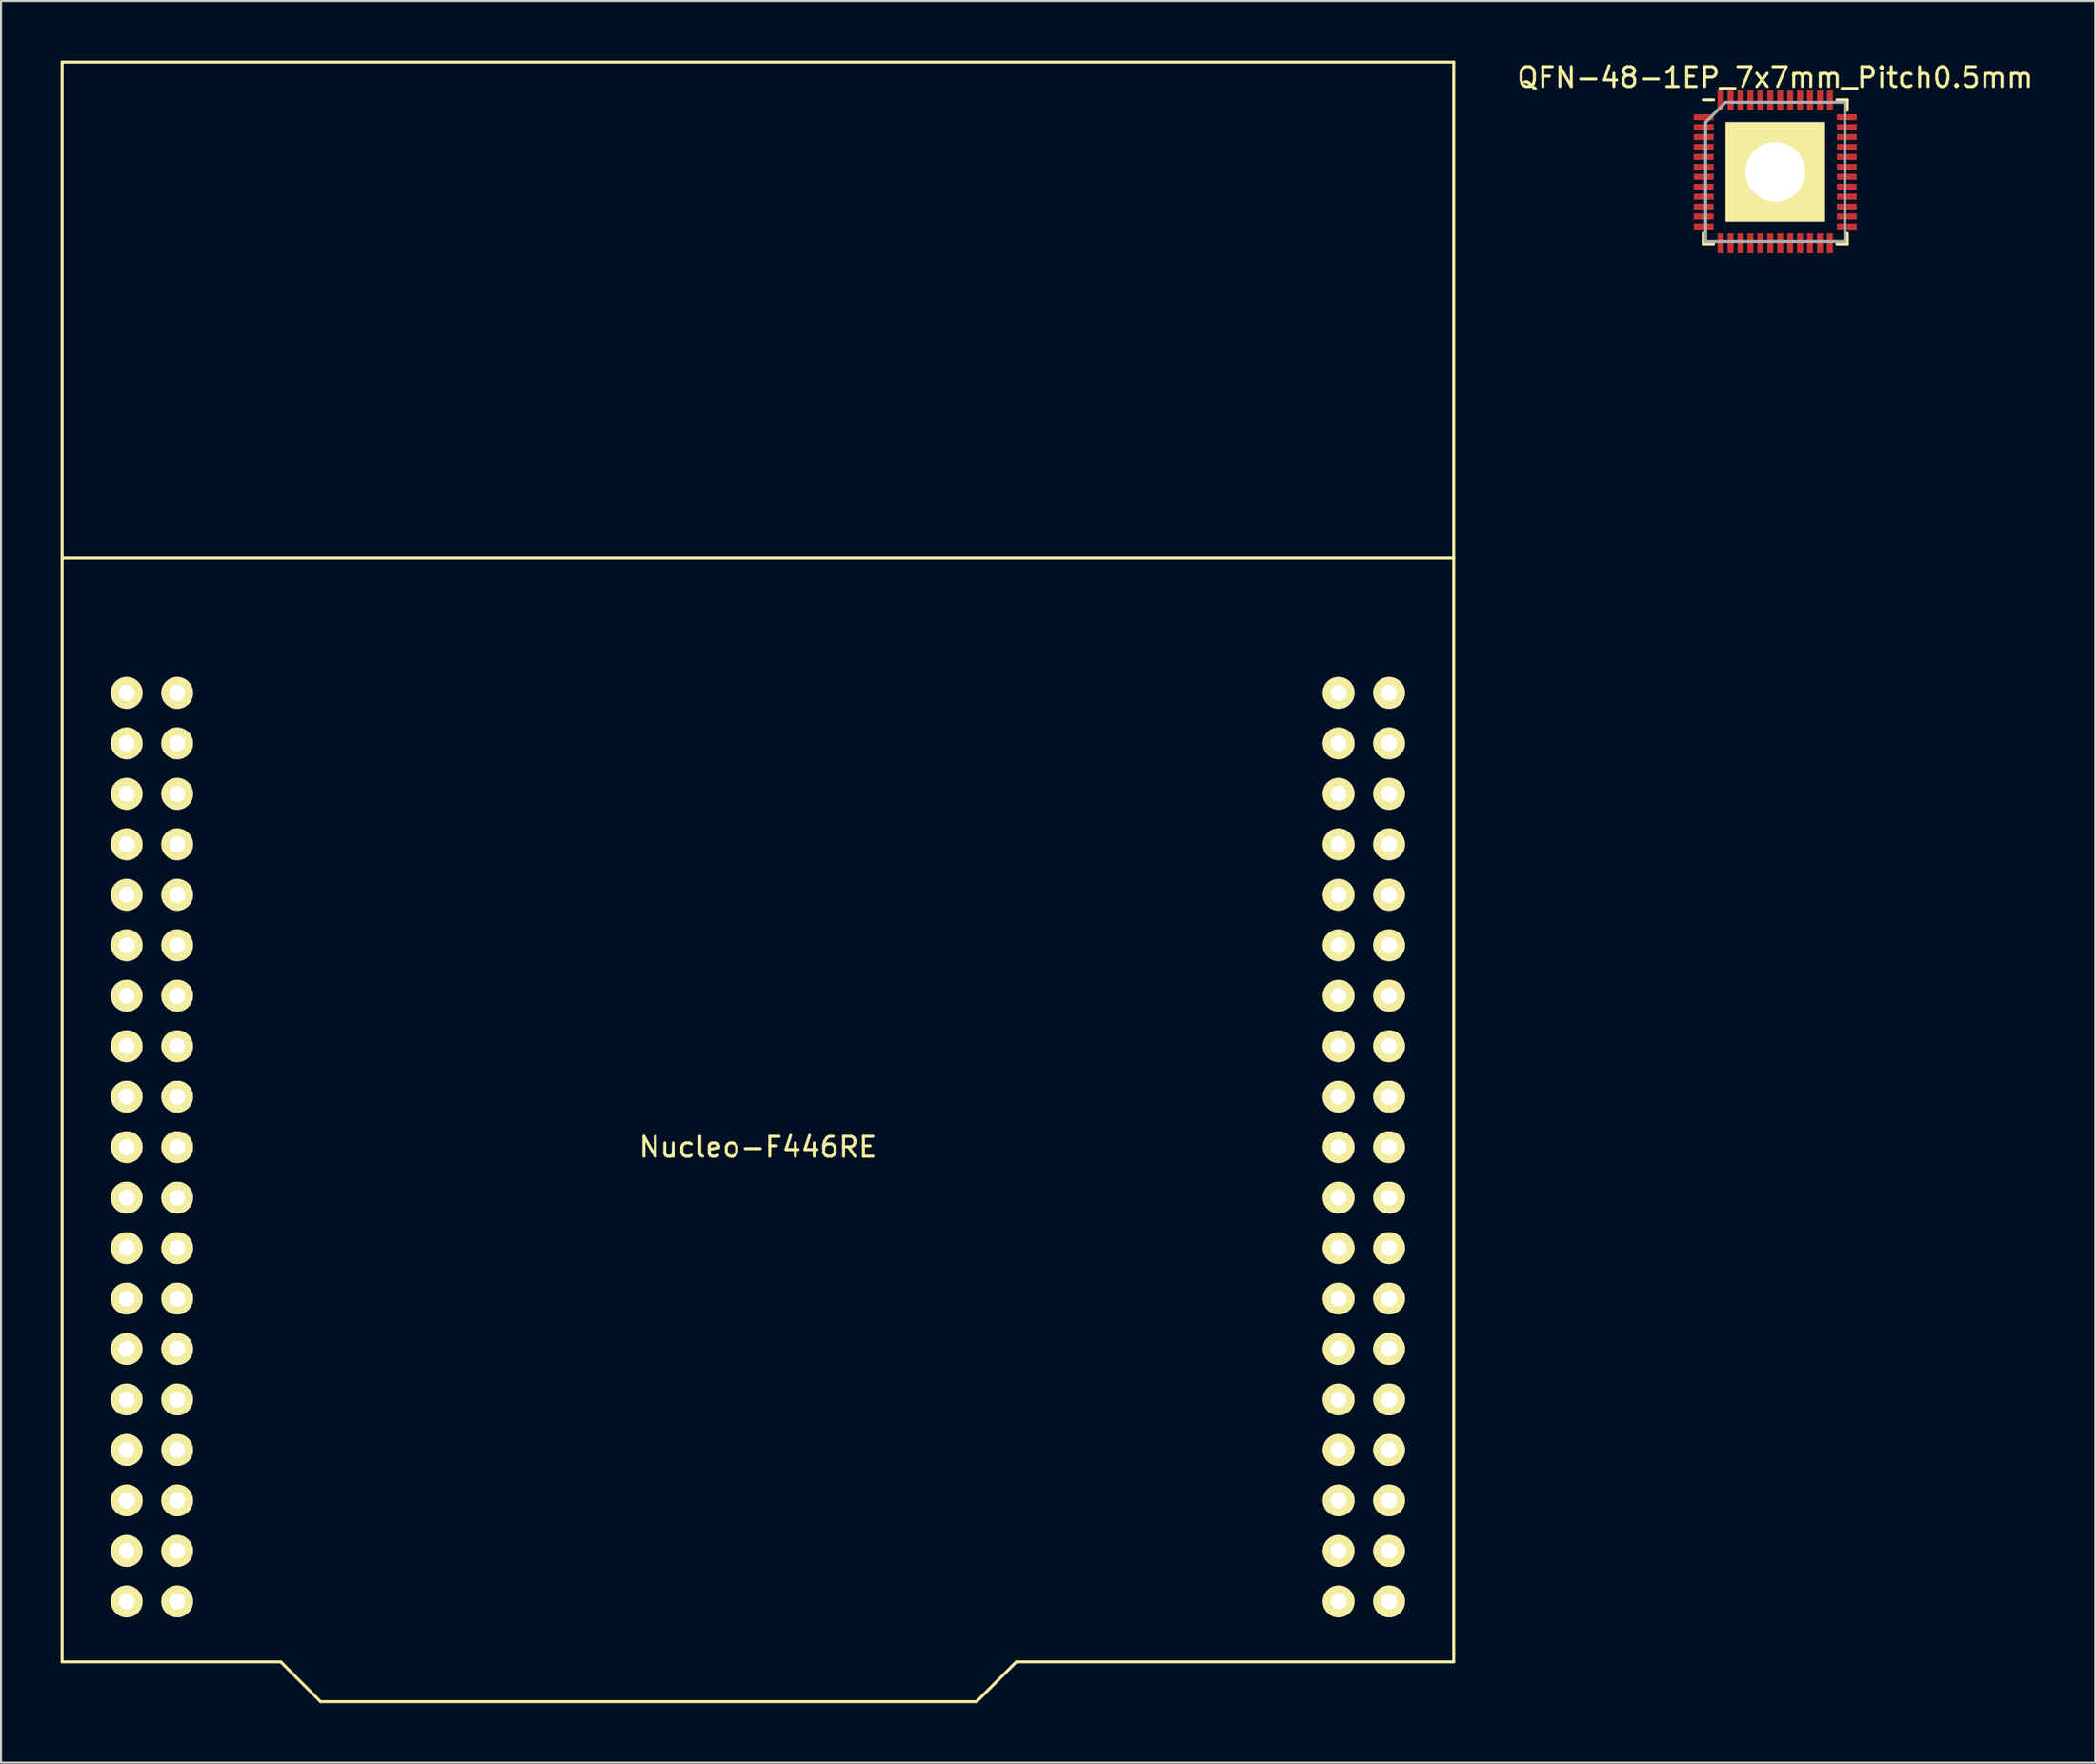
<source format=kicad_pcb>
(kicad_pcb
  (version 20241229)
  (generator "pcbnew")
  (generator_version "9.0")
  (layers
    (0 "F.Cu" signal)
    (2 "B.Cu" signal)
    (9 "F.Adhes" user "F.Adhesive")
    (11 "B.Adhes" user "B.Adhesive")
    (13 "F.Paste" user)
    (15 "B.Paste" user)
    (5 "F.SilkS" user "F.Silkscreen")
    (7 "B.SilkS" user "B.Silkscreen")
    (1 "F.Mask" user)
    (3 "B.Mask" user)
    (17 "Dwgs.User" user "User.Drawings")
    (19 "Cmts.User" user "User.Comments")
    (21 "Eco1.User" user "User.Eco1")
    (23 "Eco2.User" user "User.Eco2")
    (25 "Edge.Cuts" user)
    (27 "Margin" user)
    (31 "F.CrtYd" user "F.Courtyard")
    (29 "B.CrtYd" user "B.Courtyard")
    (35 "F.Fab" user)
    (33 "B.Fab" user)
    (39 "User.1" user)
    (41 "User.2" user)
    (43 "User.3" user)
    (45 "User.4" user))
  (footprint "Nucleo-F446RE"
    (layer "F.Cu")
    (at 35.075 54.675)
    (property "Reference" "Nucleo-F446RE" (at 0 0 0) (layer "F.SilkS") (effects (font (size 1 1) (thickness 0.15))))
    (attr through_hole)
    (fp_line (start -35 -54.6) (end -35 25.9) (stroke (width 0.15) (type solid)) (layer "F.SilkS"))
    (fp_line (start -35 -54.6) (end 35 -54.6) (stroke (width 0.15) (type solid)) (layer "F.SilkS"))
    (fp_line (start -35 -29.64) (end 35 -29.64) (stroke (width 0.15) (type solid)) (layer "F.SilkS"))
    (fp_line (start -35 25.9) (end -24 25.9) (stroke (width 0.15) (type solid)) (layer "F.SilkS"))
    (fp_line (start -24 25.9) (end -22 27.9) (stroke (width 0.15) (type solid)) (layer "F.SilkS"))
    (fp_line (start -22 27.9) (end 11 27.9) (stroke (width 0.15) (type solid)) (layer "F.SilkS"))
    (fp_line (start 11 27.9) (end 13 25.9) (stroke (width 0.15) (type solid)) (layer "F.SilkS"))
    (fp_line (start 13 25.9) (end 35 25.9) (stroke (width 0.15) (type solid)) (layer "F.SilkS"))
    (fp_line (start 35 -54.6) (end 35 25.9) (stroke (width 0.15) (type solid)) (layer "F.SilkS"))
    (pad "1" thru_hole circle (at -31.75 -22.86) (size 1.6 1.6) (drill 0.8) (layers "*.Cu" "*.Mask" "F.SilkS"))
    (pad "2" thru_hole circle (at -29.21 -22.86) (size 1.6 1.6) (drill 0.8) (layers "*.Cu" "*.Mask" "F.SilkS"))
    (pad "3" thru_hole circle (at -31.75 -20.32) (size 1.6 1.6) (drill 0.8) (layers "*.Cu" "*.Mask" "F.SilkS"))
    (pad "4" thru_hole circle (at -29.21 -20.32) (size 1.6 1.6) (drill 0.8) (layers "*.Cu" "*.Mask" "F.SilkS"))
    (pad "5" thru_hole circle (at -31.75 -17.78) (size 1.6 1.6) (drill 0.8) (layers "*.Cu" "*.Mask" "F.SilkS"))
    (pad "6" thru_hole circle (at -29.21 -17.78) (size 1.6 1.6) (drill 0.8) (layers "*.Cu" "*.Mask" "F.SilkS"))
    (pad "7" thru_hole circle (at -31.75 -15.24) (size 1.6 1.6) (drill 0.8) (layers "*.Cu" "*.Mask" "F.SilkS"))
    (pad "8" thru_hole circle (at -29.21 -15.24) (size 1.6 1.6) (drill 0.8) (layers "*.Cu" "*.Mask" "F.SilkS"))
    (pad "9" thru_hole circle (at -31.75 -12.7) (size 1.6 1.6) (drill 0.8) (layers "*.Cu" "*.Mask" "F.SilkS"))
    (pad "10" thru_hole circle (at -29.21 -12.7) (size 1.6 1.6) (drill 0.8) (layers "*.Cu" "*.Mask" "F.SilkS"))
    (pad "11" thru_hole circle (at -31.75 -10.16) (size 1.6 1.6) (drill 0.8) (layers "*.Cu" "*.Mask" "F.SilkS"))
    (pad "12" thru_hole circle (at -29.21 -10.16) (size 1.6 1.6) (drill 0.8) (layers "*.Cu" "*.Mask" "F.SilkS"))
    (pad "13" thru_hole circle (at -31.75 -7.62) (size 1.6 1.6) (drill 0.8) (layers "*.Cu" "*.Mask" "F.SilkS"))
    (pad "14" thru_hole circle (at -29.21 -7.62) (size 1.6 1.6) (drill 0.8) (layers "*.Cu" "*.Mask" "F.SilkS"))
    (pad "15" thru_hole circle (at -31.75 -5.08) (size 1.6 1.6) (drill 0.8) (layers "*.Cu" "*.Mask" "F.SilkS"))
    (pad "16" thru_hole circle (at -29.21 -5.08) (size 1.6 1.6) (drill 0.8) (layers "*.Cu" "*.Mask" "F.SilkS"))
    (pad "17" thru_hole circle (at -31.75 -2.54) (size 1.6 1.6) (drill 0.8) (layers "*.Cu" "*.Mask" "F.SilkS"))
    (pad "18" thru_hole circle (at -29.21 -2.54) (size 1.6 1.6) (drill 0.8) (layers "*.Cu" "*.Mask" "F.SilkS"))
    (pad "19" thru_hole circle (at -31.75 0) (size 1.6 1.6) (drill 0.8) (layers "*.Cu" "*.Mask" "F.SilkS"))
    (pad "20" thru_hole circle (at -29.21 0) (size 1.6 1.6) (drill 0.8) (layers "*.Cu" "*.Mask" "F.SilkS"))
    (pad "21" thru_hole circle (at -31.75 2.54) (size 1.6 1.6) (drill 0.8) (layers "*.Cu" "*.Mask" "F.SilkS"))
    (pad "22" thru_hole circle (at -29.21 2.54) (size 1.6 1.6) (drill 0.8) (layers "*.Cu" "*.Mask" "F.SilkS"))
    (pad "23" thru_hole circle (at -31.75 5.08) (size 1.6 1.6) (drill 0.8) (layers "*.Cu" "*.Mask" "F.SilkS"))
    (pad "24" thru_hole circle (at -29.21 5.08) (size 1.6 1.6) (drill 0.8) (layers "*.Cu" "*.Mask" "F.SilkS"))
    (pad "25" thru_hole circle (at -31.75 7.62) (size 1.6 1.6) (drill 0.8) (layers "*.Cu" "*.Mask" "F.SilkS"))
    (pad "26" thru_hole circle (at -29.21 7.62) (size 1.6 1.6) (drill 0.8) (layers "*.Cu" "*.Mask" "F.SilkS"))
    (pad "27" thru_hole circle (at -31.75 10.16) (size 1.6 1.6) (drill 0.8) (layers "*.Cu" "*.Mask" "F.SilkS"))
    (pad "28" thru_hole circle (at -29.21 10.16) (size 1.6 1.6) (drill 0.8) (layers "*.Cu" "*.Mask" "F.SilkS"))
    (pad "29" thru_hole circle (at -31.75 12.7) (size 1.6 1.6) (drill 0.8) (layers "*.Cu" "*.Mask" "F.SilkS"))
    (pad "30" thru_hole circle (at -29.21 12.7) (size 1.6 1.6) (drill 0.8) (layers "*.Cu" "*.Mask" "F.SilkS"))
    (pad "31" thru_hole circle (at -31.75 15.24) (size 1.6 1.6) (drill 0.8) (layers "*.Cu" "*.Mask" "F.SilkS"))
    (pad "32" thru_hole circle (at -29.21 15.24) (size 1.6 1.6) (drill 0.8) (layers "*.Cu" "*.Mask" "F.SilkS"))
    (pad "33" thru_hole circle (at -31.75 17.78) (size 1.6 1.6) (drill 0.8) (layers "*.Cu" "*.Mask" "F.SilkS"))
    (pad "34" thru_hole circle (at -29.21 17.78) (size 1.6 1.6) (drill 0.8) (layers "*.Cu" "*.Mask" "F.SilkS"))
    (pad "35" thru_hole circle (at -31.75 20.32) (size 1.6 1.6) (drill 0.8) (layers "*.Cu" "*.Mask" "F.SilkS"))
    (pad "36" thru_hole circle (at -29.21 20.32) (size 1.6 1.6) (drill 0.8) (layers "*.Cu" "*.Mask" "F.SilkS"))
    (pad "37" thru_hole circle (at -31.75 22.86) (size 1.6 1.6) (drill 0.8) (layers "*.Cu" "*.Mask" "F.SilkS"))
    (pad "38" thru_hole circle (at -29.21 22.86) (size 1.6 1.6) (drill 0.8) (layers "*.Cu" "*.Mask" "F.SilkS"))
    (pad "39" thru_hole circle (at 29.21 -22.86) (size 1.6 1.6) (drill 0.8) (layers "*.Cu" "*.Mask" "F.SilkS"))
    (pad "40" thru_hole circle (at 31.75 -22.86) (size 1.6 1.6) (drill 0.8) (layers "*.Cu" "*.Mask" "F.SilkS"))
    (pad "41" thru_hole circle (at 29.21 -20.32) (size 1.6 1.6) (drill 0.8) (layers "*.Cu" "*.Mask" "F.SilkS"))
    (pad "42" thru_hole circle (at 31.75 -20.32) (size 1.6 1.6) (drill 0.8) (layers "*.Cu" "*.Mask" "F.SilkS"))
    (pad "43" thru_hole circle (at 29.21 -17.78) (size 1.6 1.6) (drill 0.8) (layers "*.Cu" "*.Mask" "F.SilkS"))
    (pad "44" thru_hole circle (at 31.75 -17.78) (size 1.6 1.6) (drill 0.8) (layers "*.Cu" "*.Mask" "F.SilkS"))
    (pad "45" thru_hole circle (at 29.21 -15.24) (size 1.6 1.6) (drill 0.8) (layers "*.Cu" "*.Mask" "F.SilkS"))
    (pad "46" thru_hole circle (at 31.75 -15.24) (size 1.6 1.6) (drill 0.8) (layers "*.Cu" "*.Mask" "F.SilkS"))
    (pad "47" thru_hole circle (at 29.21 -12.7) (size 1.6 1.6) (drill 0.8) (layers "*.Cu" "*.Mask" "F.SilkS"))
    (pad "48" thru_hole circle (at 31.75 -12.7) (size 1.6 1.6) (drill 0.8) (layers "*.Cu" "*.Mask" "F.SilkS"))
    (pad "49" thru_hole circle (at 29.21 -10.16) (size 1.6 1.6) (drill 0.8) (layers "*.Cu" "*.Mask" "F.SilkS"))
    (pad "50" thru_hole circle (at 31.75 -10.16) (size 1.6 1.6) (drill 0.8) (layers "*.Cu" "*.Mask" "F.SilkS"))
    (pad "51" thru_hole circle (at 29.21 -7.62) (size 1.6 1.6) (drill 0.8) (layers "*.Cu" "*.Mask" "F.SilkS"))
    (pad "52" thru_hole circle (at 31.75 -7.62) (size 1.6 1.6) (drill 0.8) (layers "*.Cu" "*.Mask" "F.SilkS"))
    (pad "53" thru_hole circle (at 29.21 -5.08) (size 1.6 1.6) (drill 0.8) (layers "*.Cu" "*.Mask" "F.SilkS"))
    (pad "54" thru_hole circle (at 31.75 -5.08) (size 1.6 1.6) (drill 0.8) (layers "*.Cu" "*.Mask" "F.SilkS"))
    (pad "55" thru_hole circle (at 29.21 -2.54) (size 1.6 1.6) (drill 0.8) (layers "*.Cu" "*.Mask" "F.SilkS"))
    (pad "56" thru_hole circle (at 31.75 -2.54) (size 1.6 1.6) (drill 0.8) (layers "*.Cu" "*.Mask" "F.SilkS"))
    (pad "57" thru_hole circle (at 29.21 0) (size 1.6 1.6) (drill 0.8) (layers "*.Cu" "*.Mask" "F.SilkS"))
    (pad "58" thru_hole circle (at 31.75 0) (size 1.6 1.6) (drill 0.8) (layers "*.Cu" "*.Mask" "F.SilkS"))
    (pad "59" thru_hole circle (at 29.21 2.54) (size 1.6 1.6) (drill 0.8) (layers "*.Cu" "*.Mask" "F.SilkS"))
    (pad "60" thru_hole circle (at 31.75 2.54) (size 1.6 1.6) (drill 0.8) (layers "*.Cu" "*.Mask" "F.SilkS"))
    (pad "61" thru_hole circle (at 29.21 5.08) (size 1.6 1.6) (drill 0.8) (layers "*.Cu" "*.Mask" "F.SilkS"))
    (pad "62" thru_hole circle (at 31.75 5.08) (size 1.6 1.6) (drill 0.8) (layers "*.Cu" "*.Mask" "F.SilkS"))
    (pad "63" thru_hole circle (at 29.21 7.62) (size 1.6 1.6) (drill 0.8) (layers "*.Cu" "*.Mask" "F.SilkS"))
    (pad "64" thru_hole circle (at 31.75 7.62) (size 1.6 1.6) (drill 0.8) (layers "*.Cu" "*.Mask" "F.SilkS"))
    (pad "65" thru_hole circle (at 29.21 10.16) (size 1.6 1.6) (drill 0.8) (layers "*.Cu" "*.Mask" "F.SilkS"))
    (pad "66" thru_hole circle (at 31.75 10.16) (size 1.6 1.6) (drill 0.8) (layers "*.Cu" "*.Mask" "F.SilkS"))
    (pad "67" thru_hole circle (at 29.21 12.7) (size 1.6 1.6) (drill 0.8) (layers "*.Cu" "*.Mask" "F.SilkS"))
    (pad "68" thru_hole circle (at 31.75 12.7) (size 1.6 1.6) (drill 0.8) (layers "*.Cu" "*.Mask" "F.SilkS"))
    (pad "69" thru_hole circle (at 29.21 15.24) (size 1.6 1.6) (drill 0.8) (layers "*.Cu" "*.Mask" "F.SilkS"))
    (pad "70" thru_hole circle (at 31.75 15.24) (size 1.6 1.6) (drill 0.8) (layers "*.Cu" "*.Mask" "F.SilkS"))
    (pad "71" thru_hole circle (at 29.21 17.78) (size 1.6 1.6) (drill 0.8) (layers "*.Cu" "*.Mask" "F.SilkS"))
    (pad "72" thru_hole circle (at 31.75 17.78) (size 1.6 1.6) (drill 0.8) (layers "*.Cu" "*.Mask" "F.SilkS"))
    (pad "73" thru_hole circle (at 29.21 20.32) (size 1.6 1.6) (drill 0.8) (layers "*.Cu" "*.Mask" "F.SilkS"))
    (pad "74" thru_hole circle (at 31.75 20.32) (size 1.6 1.6) (drill 0.8) (layers "*.Cu" "*.Mask" "F.SilkS"))
    (pad "75" thru_hole circle (at 29.21 22.86) (size 1.6 1.6) (drill 0.8) (layers "*.Cu" "*.Mask" "F.SilkS"))
    (pad "76" thru_hole circle (at 31.75 22.86) (size 1.6 1.6) (drill 0.8) (layers "*.Cu" "*.Mask" "F.SilkS")))
  (footprint "QFN-48-1EP_7x7mm_Pitch0.5mm"
    (layer "F.Cu")
    (at 86.251 5.598)
    (property "Reference" "QFN-48-1EP_7x7mm_Pitch0.5mm" (at 0 -4.75 0) (layer "F.SilkS") (effects (font (size 1 1) (thickness 0.15))))
    (attr smd)
    (fp_line (start -3.625 -3.625) (end -3.1 -3.625) (stroke (width 0.15) (type solid)) (layer "F.SilkS"))
    (fp_line (start -3.625 3.625) (end -3.625 3.1) (stroke (width 0.15) (type solid)) (layer "F.SilkS"))
    (fp_line (start -3.625 3.625) (end -3.1 3.625) (stroke (width 0.15) (type solid)) (layer "F.SilkS"))
    (fp_line (start 3.625 -3.625) (end 3.1 -3.625) (stroke (width 0.15) (type solid)) (layer "F.SilkS"))
    (fp_line (start 3.625 -3.625) (end 3.625 -3.1) (stroke (width 0.15) (type solid)) (layer "F.SilkS"))
    (fp_line (start 3.625 3.625) (end 3.1 3.625) (stroke (width 0.15) (type solid)) (layer "F.SilkS"))
    (fp_line (start 3.625 3.625) (end 3.625 3.1) (stroke (width 0.15) (type solid)) (layer "F.SilkS"))
    (fp_line (start -3.5 -2.5) (end -2.5 -3.5) (stroke (width 0.15) (type solid)) (layer "F.Fab"))
    (fp_line (start -3.5 3.5) (end -3.5 -2.5) (stroke (width 0.15) (type solid)) (layer "F.Fab"))
    (fp_line (start -2.5 -3.5) (end 3.5 -3.5) (stroke (width 0.15) (type solid)) (layer "F.Fab"))
    (fp_line (start 3.5 -3.5) (end 3.5 3.5) (stroke (width 0.15) (type solid)) (layer "F.Fab"))
    (fp_line (start 3.5 3.5) (end -3.5 3.5) (stroke (width 0.15) (type solid)) (layer "F.Fab"))
    (pad "1" smd rect (at -3.6 -2.75) (size 1 0.3) (layers "F.Cu" "F.Mask" "F.Paste"))
    (pad "2" smd rect (at -3.6 -2.25) (size 1 0.3) (layers "F.Cu" "F.Mask" "F.Paste"))
    (pad "3" smd rect (at -3.6 -1.75) (size 1 0.3) (layers "F.Cu" "F.Mask" "F.Paste"))
    (pad "4" smd rect (at -3.6 -1.25) (size 1 0.3) (layers "F.Cu" "F.Mask" "F.Paste"))
    (pad "5" smd rect (at -3.6 -0.75) (size 1 0.3) (layers "F.Cu" "F.Mask" "F.Paste"))
    (pad "6" smd rect (at -3.6 -0.25) (size 1 0.3) (layers "F.Cu" "F.Mask" "F.Paste"))
    (pad "7" smd rect (at -3.6 0.25) (size 1 0.3) (layers "F.Cu" "F.Mask" "F.Paste"))
    (pad "8" smd rect (at -3.6 0.75) (size 1 0.3) (layers "F.Cu" "F.Mask" "F.Paste"))
    (pad "9" smd rect (at -3.6 1.25) (size 1 0.3) (layers "F.Cu" "F.Mask" "F.Paste"))
    (pad "10" smd rect (at -3.6 1.75) (size 1 0.3) (layers "F.Cu" "F.Mask" "F.Paste"))
    (pad "11" smd rect (at -3.6 2.25) (size 1 0.3) (layers "F.Cu" "F.Mask" "F.Paste"))
    (pad "12" smd rect (at -3.6 2.75) (size 1 0.3) (layers "F.Cu" "F.Mask" "F.Paste"))
    (pad "13" smd rect (at -2.75 3.6 90) (size 1 0.3) (layers "F.Cu" "F.Mask" "F.Paste"))
    (pad "14" smd rect (at -2.25 3.6 90) (size 1 0.3) (layers "F.Cu" "F.Mask" "F.Paste"))
    (pad "15" smd rect (at -1.75 3.6 90) (size 1 0.3) (layers "F.Cu" "F.Mask" "F.Paste"))
    (pad "16" smd rect (at -1.25 3.6 90) (size 1 0.3) (layers "F.Cu" "F.Mask" "F.Paste"))
    (pad "17" smd rect (at -0.75 3.6 90) (size 1 0.3) (layers "F.Cu" "F.Mask" "F.Paste"))
    (pad "18" smd rect (at -0.25 3.6 90) (size 1 0.3) (layers "F.Cu" "F.Mask" "F.Paste"))
    (pad "19" smd rect (at 0.25 3.6 90) (size 1 0.3) (layers "F.Cu" "F.Mask" "F.Paste"))
    (pad "20" smd rect (at 0.75 3.6 90) (size 1 0.3) (layers "F.Cu" "F.Mask" "F.Paste"))
    (pad "21" smd rect (at 1.25 3.6 90) (size 1 0.3) (layers "F.Cu" "F.Mask" "F.Paste"))
    (pad "22" smd rect (at 1.75 3.6 90) (size 1 0.3) (layers "F.Cu" "F.Mask" "F.Paste"))
    (pad "23" smd rect (at 2.25 3.6 90) (size 1 0.3) (layers "F.Cu" "F.Mask" "F.Paste"))
    (pad "24" smd rect (at 2.75 3.6 90) (size 1 0.3) (layers "F.Cu" "F.Mask" "F.Paste"))
    (pad "25" smd rect (at 3.6 2.75) (size 1 0.3) (layers "F.Cu" "F.Mask" "F.Paste"))
    (pad "26" smd rect (at 3.6 2.25) (size 1 0.3) (layers "F.Cu" "F.Mask" "F.Paste"))
    (pad "27" smd rect (at 3.6 1.75) (size 1 0.3) (layers "F.Cu" "F.Mask" "F.Paste"))
    (pad "28" smd rect (at 3.6 1.25) (size 1 0.3) (layers "F.Cu" "F.Mask" "F.Paste"))
    (pad "29" smd rect (at 3.6 0.75) (size 1 0.3) (layers "F.Cu" "F.Mask" "F.Paste"))
    (pad "30" smd rect (at 3.6 0.25) (size 1 0.3) (layers "F.Cu" "F.Mask" "F.Paste"))
    (pad "31" smd rect (at 3.6 -0.25) (size 1 0.3) (layers "F.Cu" "F.Mask" "F.Paste"))
    (pad "32" smd rect (at 3.6 -0.75) (size 1 0.3) (layers "F.Cu" "F.Mask" "F.Paste"))
    (pad "33" smd rect (at 3.6 -1.25) (size 1 0.3) (layers "F.Cu" "F.Mask" "F.Paste"))
    (pad "34" smd rect (at 3.6 -1.75) (size 1 0.3) (layers "F.Cu" "F.Mask" "F.Paste"))
    (pad "35" smd rect (at 3.6 -2.25) (size 1 0.3) (layers "F.Cu" "F.Mask" "F.Paste"))
    (pad "36" smd rect (at 3.6 -2.75) (size 1 0.3) (layers "F.Cu" "F.Mask" "F.Paste"))
    (pad "37" smd rect (at 2.75 -3.6 90) (size 1 0.3) (layers "F.Cu" "F.Mask" "F.Paste"))
    (pad "38" smd rect (at 2.25 -3.6 90) (size 1 0.3) (layers "F.Cu" "F.Mask" "F.Paste"))
    (pad "39" smd rect (at 1.75 -3.6 90) (size 1 0.3) (layers "F.Cu" "F.Mask" "F.Paste"))
    (pad "40" smd rect (at 1.25 -3.6 90) (size 1 0.3) (layers "F.Cu" "F.Mask" "F.Paste"))
    (pad "41" smd rect (at 0.75 -3.6 90) (size 1 0.3) (layers "F.Cu" "F.Mask" "F.Paste"))
    (pad "42" smd rect (at 0.25 -3.6 90) (size 1 0.3) (layers "F.Cu" "F.Mask" "F.Paste"))
    (pad "43" smd rect (at -0.25 -3.6 90) (size 1 0.3) (layers "F.Cu" "F.Mask" "F.Paste"))
    (pad "44" smd rect (at -0.75 -3.6 90) (size 1 0.3) (layers "F.Cu" "F.Mask" "F.Paste"))
    (pad "45" smd rect (at -1.25 -3.6 90) (size 1 0.3) (layers "F.Cu" "F.Mask" "F.Paste"))
    (pad "46" smd rect (at -1.75 -3.6 90) (size 1 0.3) (layers "F.Cu" "F.Mask" "F.Paste"))
    (pad "47" smd rect (at -2.25 -3.6 90) (size 1 0.3) (layers "F.Cu" "F.Mask" "F.Paste"))
    (pad "48" smd rect (at -2.75 -3.6 90) (size 1 0.3) (layers "F.Cu" "F.Mask" "F.Paste"))
    (pad "~" thru_hole rect (at 0 0) (size 5 5) (drill 3) (layers "*.Cu" "*.Mask" "F.SilkS")))
  (gr_rect
    (start -3 -3)
    (end 102.352 85.65)
    (stroke (width 0.1) (type default))
    (fill no)
    (layer "Edge.Cuts")))
</source>
